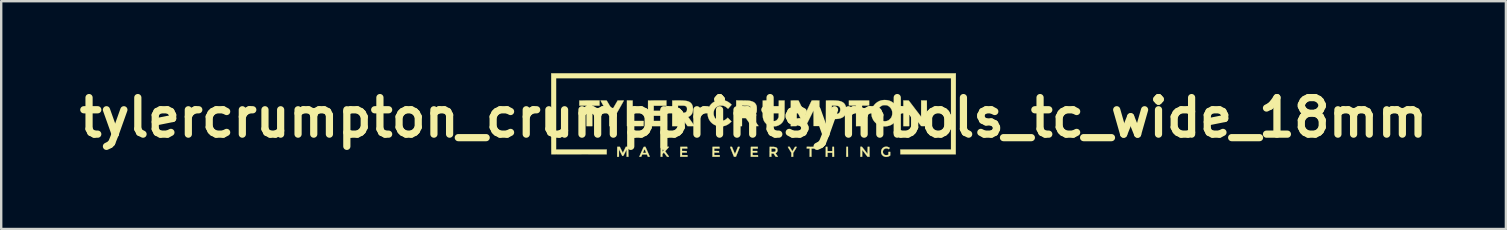
<source format=kicad_pcb>
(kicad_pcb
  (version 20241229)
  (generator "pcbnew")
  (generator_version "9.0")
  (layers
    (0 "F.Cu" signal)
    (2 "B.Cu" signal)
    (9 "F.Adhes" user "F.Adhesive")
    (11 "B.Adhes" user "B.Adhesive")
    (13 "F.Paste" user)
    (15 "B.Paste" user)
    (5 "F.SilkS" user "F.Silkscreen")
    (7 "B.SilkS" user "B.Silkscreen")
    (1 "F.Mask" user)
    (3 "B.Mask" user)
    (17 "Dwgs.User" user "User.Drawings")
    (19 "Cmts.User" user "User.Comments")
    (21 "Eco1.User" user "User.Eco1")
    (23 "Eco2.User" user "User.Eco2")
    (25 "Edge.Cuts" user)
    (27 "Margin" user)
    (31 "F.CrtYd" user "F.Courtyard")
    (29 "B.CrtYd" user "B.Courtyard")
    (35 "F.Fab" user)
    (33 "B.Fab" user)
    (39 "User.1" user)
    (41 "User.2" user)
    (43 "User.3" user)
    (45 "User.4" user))
  (footprint "tylercrumpton_crumpprintsymbols_tc_wide_18mm"
    (layer "F.Cu")
    (at 28.346 1.85)
    (property "Reference" "tylercrumpton_crumpprintsymbols_tc_wide_18mm" (at 0 0 0) (layer "F.SilkS") (effects (font (size 1.524 1.524) (thickness 0.3))))
    (attr through_hole)
    (fp_poly (pts (xy 3.935 1.425) (xy 3.937 1.631) (xy 3.863 1.631) (xy 3.865 1.425) (xy 3.867 1.22) (xy 3.934 1.22) (xy 3.935 1.425)) (stroke (width 0.01) (type solid)) (fill yes) (layer "F.SilkS"))
    (fp_poly (pts (xy 2.537 1.22) (xy 2.537 1.287) (xy 2.413 1.291) (xy 2.413 1.631) (xy 2.339 1.631) (xy 2.339 1.29) (xy 2.219 1.29) (xy 2.219 1.216) (xy 2.537 1.22)) (stroke (width 0.01) (type solid)) (fill yes) (layer "F.SilkS"))
    (fp_poly (pts (xy -6.417 -0.501) (xy -6.718 -0.501) (xy -6.718 0.354) (xy -6.958 0.354) (xy -6.958 -0.501) (xy -7.259 -0.501) (xy -7.258 -0.607) (xy -7.256 -0.712) (xy -6.836 -0.714) (xy -6.417 -0.715) (xy -6.417 -0.501)) (stroke (width 0.01) (type solid)) (fill yes) (layer "F.SilkS"))
    (fp_poly (pts (xy -5.155 -0.714) (xy -5.037 -0.712) (xy -5.035 -0.286) (xy -5.033 0.14) (xy -4.578 0.14) (xy -4.58 0.246) (xy -4.582 0.351) (xy -4.928 0.353) (xy -5.274 0.354) (xy -5.274 -0.716) (xy -5.155 -0.714)) (stroke (width 0.01) (type solid)) (fill yes) (layer "F.SilkS"))
    (fp_poly (pts (xy 4.816 -0.505) (xy 4.667 -0.503) (xy 4.519 -0.501) (xy 4.517 -0.075) (xy 4.515 0.351) (xy 4.393 0.353) (xy 4.271 0.355) (xy 4.271 -0.501) (xy 4.122 -0.503) (xy 3.974 -0.505) (xy 3.974 -0.712) (xy 4.816 -0.712) (xy 4.816 -0.505)) (stroke (width 0.01) (type solid)) (fill yes) (layer "F.SilkS"))
    (fp_poly (pts (xy -3.63 -0.495) (xy -4.158 -0.495) (xy -4.158 -0.281) (xy -3.683 -0.281) (xy -3.683 -0.074) (xy -4.158 -0.074) (xy -4.158 0.14) (xy -3.609 0.14) (xy -3.609 0.354) (xy -4.398 0.354) (xy -4.395 -0.712) (xy -4.012 -0.714) (xy -3.63 -0.715) (xy -3.63 -0.495)) (stroke (width 0.01) (type solid)) (fill yes) (layer "F.SilkS"))
    (fp_poly (pts (xy -2.76 1.29) (xy -2.981 1.29) (xy -2.981 1.39) (xy -2.784 1.394) (xy -2.782 1.425) (xy -2.78 1.457) (xy -2.981 1.457) (xy -2.981 1.564) (xy -2.754 1.564) (xy -2.754 1.631) (xy -3.055 1.631) (xy -3.053 1.425) (xy -3.051 1.22) (xy -2.764 1.22) (xy -2.76 1.29)) (stroke (width 0.01) (type solid)) (fill yes) (layer "F.SilkS"))
    (fp_poly (pts (xy 3.082 1.397) (xy 3.282 1.397) (xy 3.285 1.22) (xy 3.352 1.22) (xy 3.354 1.425) (xy 3.356 1.631) (xy 3.282 1.631) (xy 3.282 1.464) (xy 3.081 1.464) (xy 3.081 1.631) (xy 3.008 1.631) (xy 3.009 1.425) (xy 3.011 1.22) (xy 3.078 1.22) (xy 3.082 1.397)) (stroke (width 0.01) (type solid)) (fill yes) (layer "F.SilkS"))
    (fp_poly (pts (xy -1.418 1.255) (xy -1.416 1.29) (xy -1.638 1.29) (xy -1.638 1.39) (xy -1.44 1.394) (xy -1.438 1.425) (xy -1.436 1.457) (xy -1.638 1.457) (xy -1.638 1.564) (xy -1.41 1.564) (xy -1.41 1.631) (xy -1.711 1.631) (xy -1.71 1.425) (xy -1.708 1.22) (xy -1.42 1.22) (xy -1.418 1.255)) (stroke (width 0.01) (type solid)) (fill yes) (layer "F.SilkS"))
    (fp_poly (pts (xy 0.177 1.287) (xy 0.069 1.289) (xy -0.04 1.29) (xy -0.04 1.39) (xy 0.154 1.39) (xy 0.154 1.457) (xy -0.04 1.457) (xy -0.04 1.564) (xy 0.072 1.566) (xy 0.184 1.567) (xy 0.188 1.631) (xy -0.114 1.631) (xy -0.112 1.425) (xy -0.11 1.22) (xy 0.177 1.22) (xy 0.177 1.287)) (stroke (width 0.01) (type solid)) (fill yes) (layer "F.SilkS"))
    (fp_poly (pts (xy 4.634 1.365) (xy 4.749 1.514) (xy 4.752 1.367) (xy 4.756 1.22) (xy 4.829 1.22) (xy 4.831 1.425) (xy 4.833 1.631) (xy 4.749 1.63) (xy 4.639 1.488) (xy 4.529 1.345) (xy 4.527 1.488) (xy 4.525 1.631) (xy 4.452 1.631) (xy 4.452 1.217) (xy 4.518 1.217) (xy 4.634 1.365)) (stroke (width 0.01) (type solid)) (fill yes) (layer "F.SilkS"))
    (fp_poly (pts (xy 6.355 -0.714) (xy 6.466 -0.712) (xy 6.724 -0.374) (xy 6.982 -0.036) (xy 6.983 -0.376) (xy 6.985 -0.716) (xy 7.222 -0.712) (xy 7.226 0.355) (xy 7.104 0.353) (xy 6.982 0.351) (xy 6.735 0.025) (xy 6.487 -0.3) (xy 6.485 0.027) (xy 6.484 0.354) (xy 6.243 0.354) (xy 6.243 -0.716) (xy 6.355 -0.714)) (stroke (width 0.01) (type solid)) (fill yes) (layer "F.SilkS"))
    (fp_poly (pts (xy -5.217 1.22) (xy -5.215 1.425) (xy -5.213 1.631) (xy -5.287 1.631) (xy -5.288 1.479) (xy -5.288 1.327) (xy -5.356 1.46) (xy -5.378 1.504) (xy -5.395 1.537) (xy -5.408 1.56) (xy -5.418 1.577) (xy -5.426 1.587) (xy -5.433 1.593) (xy -5.439 1.595) (xy -5.446 1.596) (xy -5.467 1.598) (xy -5.537 1.459) (xy -5.607 1.32) (xy -5.608 1.476) (xy -5.608 1.631) (xy -5.682 1.631) (xy -5.68 1.425) (xy -5.678 1.22) (xy -5.571 1.22) (xy -5.446 1.474) (xy -5.383 1.345) (xy -5.321 1.216) (xy -5.217 1.22)) (stroke (width 0.01) (type solid)) (fill yes) (layer "F.SilkS"))
    (fp_poly (pts (xy 1.56 1.311) (xy 1.616 1.405) (xy 1.672 1.312) (xy 1.728 1.22) (xy 1.761 1.218) (xy 1.781 1.218) (xy 1.795 1.219) (xy 1.798 1.221) (xy 1.796 1.228) (xy 1.788 1.245) (xy 1.775 1.269) (xy 1.757 1.3) (xy 1.736 1.335) (xy 1.727 1.35) (xy 1.651 1.473) (xy 1.651 1.631) (xy 1.577 1.631) (xy 1.577 1.467) (xy 1.504 1.347) (xy 1.482 1.311) (xy 1.463 1.279) (xy 1.447 1.252) (xy 1.436 1.233) (xy 1.431 1.223) (xy 1.43 1.222) (xy 1.436 1.219) (xy 1.452 1.217) (xy 1.467 1.217) (xy 1.503 1.217) (xy 1.56 1.311)) (stroke (width 0.01) (type solid)) (fill yes) (layer "F.SilkS"))
    (fp_poly (pts (xy -3.795 1.317) (xy -3.793 1.418) (xy -3.7 1.317) (xy -3.607 1.217) (xy -3.565 1.217) (xy -3.543 1.217) (xy -3.528 1.219) (xy -3.523 1.221) (xy -3.527 1.227) (xy -3.539 1.241) (xy -3.556 1.261) (xy -3.577 1.285) (xy -3.581 1.289) (xy -3.606 1.315) (xy -3.629 1.341) (xy -3.648 1.362) (xy -3.661 1.377) (xy -3.683 1.402) (xy -3.603 1.513) (xy -3.579 1.546) (xy -3.557 1.576) (xy -3.54 1.601) (xy -3.528 1.618) (xy -3.523 1.627) (xy -3.523 1.627) (xy -3.529 1.629) (xy -3.544 1.631) (xy -3.562 1.631) (xy -3.602 1.631) (xy -3.667 1.546) (xy -3.689 1.517) (xy -3.709 1.491) (xy -3.724 1.472) (xy -3.733 1.46) (xy -3.735 1.457) (xy -3.74 1.46) (xy -3.752 1.471) (xy -3.767 1.487) (xy -3.797 1.52) (xy -3.797 1.631) (xy -3.87 1.631) (xy -3.869 1.425) (xy -3.867 1.22) (xy -3.797 1.216) (xy -3.795 1.317)) (stroke (width 0.01) (type solid)) (fill yes) (layer "F.SilkS"))
    (fp_poly (pts (xy -0.938 1.218) (xy -0.899 1.22) (xy -0.842 1.359) (xy -0.825 1.4) (xy -0.809 1.437) (xy -0.796 1.468) (xy -0.786 1.492) (xy -0.78 1.506) (xy -0.778 1.508) (xy -0.774 1.507) (xy -0.767 1.496) (xy -0.757 1.475) (xy -0.742 1.443) (xy -0.723 1.399) (xy -0.711 1.369) (xy -0.65 1.22) (xy -0.612 1.218) (xy -0.589 1.218) (xy -0.578 1.22) (xy -0.575 1.225) (xy -0.577 1.233) (xy -0.584 1.252) (xy -0.595 1.28) (xy -0.609 1.316) (xy -0.625 1.358) (xy -0.644 1.405) (xy -0.654 1.431) (xy -0.733 1.628) (xy -0.774 1.63) (xy -0.797 1.63) (xy -0.81 1.629) (xy -0.817 1.624) (xy -0.821 1.616) (xy -0.825 1.606) (xy -0.834 1.586) (xy -0.845 1.556) (xy -0.86 1.519) (xy -0.877 1.476) (xy -0.896 1.43) (xy -0.902 1.415) (xy -0.92 1.368) (xy -0.937 1.325) (xy -0.952 1.288) (xy -0.964 1.257) (xy -0.972 1.236) (xy -0.976 1.224) (xy -0.976 1.223) (xy -0.97 1.219) (xy -0.952 1.218) (xy -0.938 1.218)) (stroke (width 0.01) (type solid)) (fill yes) (layer "F.SilkS"))
    (fp_poly (pts (xy 8.425 1.527) (xy 6.119 1.527) (xy 6.118 1.429) (xy 6.116 1.33) (xy 8.228 1.33) (xy 8.228 -1.644) (xy -8.228 -1.644) (xy -8.228 1.33) (xy -6.116 1.33) (xy -6.118 1.429) (xy -6.119 1.527) (xy -7.27 1.529) (xy -7.393 1.529) (xy -7.512 1.529) (xy -7.627 1.529) (xy -7.737 1.529) (xy -7.842 1.529) (xy -7.94 1.529) (xy -8.031 1.529) (xy -8.114 1.529) (xy -8.189 1.529) (xy -8.255 1.528) (xy -8.311 1.528) (xy -8.357 1.528) (xy -8.391 1.527) (xy -8.414 1.527) (xy -8.424 1.526) (xy -8.424 1.526) (xy -8.425 1.519) (xy -8.425 1.499) (xy -8.425 1.467) (xy -8.426 1.424) (xy -8.426 1.369) (xy -8.427 1.304) (xy -8.427 1.228) (xy -8.427 1.144) (xy -8.427 1.05) (xy -8.428 0.948) (xy -8.428 0.839) (xy -8.428 0.722) (xy -8.428 0.599) (xy -8.428 0.469) (xy -8.429 0.335) (xy -8.429 0.195) (xy -8.429 0.051) (xy -8.429 -0.097) (xy -8.429 -0.162) (xy -8.429 -1.845) (xy 8.429 -1.845) (xy 8.425 1.527)) (stroke (width 0.01) (type solid)) (fill yes) (layer "F.SilkS"))
    (fp_poly (pts (xy -4.536 1.218) (xy -4.503 1.22) (xy -4.414 1.42) (xy -4.393 1.469) (xy -4.373 1.513) (xy -4.356 1.552) (xy -4.342 1.585) (xy -4.332 1.609) (xy -4.326 1.623) (xy -4.325 1.626) (xy -4.331 1.629) (xy -4.346 1.63) (xy -4.362 1.631) (xy -4.399 1.631) (xy -4.42 1.584) (xy -4.44 1.537) (xy -4.64 1.537) (xy -4.661 1.584) (xy -4.682 1.631) (xy -4.759 1.631) (xy -4.736 1.579) (xy -4.714 1.527) (xy -4.691 1.475) (xy -4.689 1.471) (xy -4.611 1.471) (xy -4.541 1.471) (xy -4.508 1.47) (xy -4.487 1.469) (xy -4.476 1.466) (xy -4.473 1.463) (xy -4.474 1.462) (xy -4.486 1.433) (xy -4.499 1.402) (xy -4.513 1.374) (xy -4.525 1.349) (xy -4.535 1.33) (xy -4.542 1.319) (xy -4.544 1.318) (xy -4.548 1.327) (xy -4.556 1.346) (xy -4.567 1.371) (xy -4.579 1.399) (xy -4.611 1.471) (xy -4.689 1.471) (xy -4.668 1.424) (xy -4.647 1.375) (xy -4.627 1.331) (xy -4.61 1.293) (xy -4.595 1.261) (xy -4.584 1.239) (xy -4.578 1.226) (xy -4.577 1.225) (xy -4.565 1.219) (xy -4.541 1.218) (xy -4.536 1.218)) (stroke (width 0.01) (type solid)) (fill yes) (layer "F.SilkS"))
    (fp_poly (pts (xy 5.592 1.221) (xy 5.642 1.241) (xy 5.674 1.261) (xy 5.672 1.266) (xy 5.664 1.279) (xy 5.655 1.294) (xy 5.645 1.308) (xy 5.638 1.316) (xy 5.637 1.317) (xy 5.63 1.313) (xy 5.618 1.304) (xy 5.615 1.303) (xy 5.596 1.293) (xy 5.57 1.287) (xy 5.549 1.285) (xy 5.521 1.284) (xy 5.501 1.286) (xy 5.483 1.291) (xy 5.465 1.3) (xy 5.431 1.323) (xy 5.408 1.353) (xy 5.393 1.387) (xy 5.388 1.425) (xy 5.392 1.462) (xy 5.406 1.497) (xy 5.429 1.528) (xy 5.461 1.551) (xy 5.462 1.551) (xy 5.488 1.56) (xy 5.522 1.564) (xy 5.558 1.563) (xy 5.589 1.558) (xy 5.598 1.554) (xy 5.621 1.545) (xy 5.621 1.43) (xy 5.695 1.43) (xy 5.695 1.576) (xy 5.671 1.594) (xy 5.634 1.615) (xy 5.59 1.629) (xy 5.543 1.636) (xy 5.496 1.635) (xy 5.464 1.628) (xy 5.428 1.614) (xy 5.399 1.596) (xy 5.372 1.571) (xy 5.365 1.564) (xy 5.338 1.528) (xy 5.322 1.49) (xy 5.315 1.447) (xy 5.315 1.411) (xy 5.324 1.359) (xy 5.344 1.313) (xy 5.372 1.275) (xy 5.407 1.246) (xy 5.448 1.225) (xy 5.494 1.213) (xy 5.543 1.211) (xy 5.592 1.221)) (stroke (width 0.01) (type solid)) (fill yes) (layer "F.SilkS"))
    (fp_poly (pts (xy 0.811 1.218) (xy 0.869 1.224) (xy 0.916 1.234) (xy 0.952 1.249) (xy 0.976 1.269) (xy 0.978 1.273) (xy 0.986 1.29) (xy 0.994 1.313) (xy 0.997 1.326) (xy 1 1.37) (xy 0.99 1.411) (xy 0.968 1.446) (xy 0.935 1.475) (xy 0.927 1.481) (xy 0.923 1.485) (xy 0.923 1.491) (xy 0.928 1.502) (xy 0.939 1.52) (xy 0.957 1.546) (xy 0.961 1.551) (xy 0.979 1.577) (xy 0.995 1.599) (xy 1.007 1.615) (xy 1.012 1.623) (xy 1.011 1.627) (xy 1.002 1.63) (xy 0.982 1.631) (xy 0.971 1.631) (xy 0.926 1.63) (xy 0.879 1.564) (xy 0.833 1.497) (xy 0.742 1.497) (xy 0.742 1.631) (xy 0.668 1.631) (xy 0.67 1.425) (xy 0.671 1.29) (xy 0.742 1.29) (xy 0.742 1.43) (xy 0.794 1.43) (xy 0.823 1.429) (xy 0.851 1.427) (xy 0.872 1.424) (xy 0.872 1.424) (xy 0.898 1.414) (xy 0.914 1.397) (xy 0.921 1.372) (xy 0.922 1.353) (xy 0.921 1.331) (xy 0.917 1.317) (xy 0.908 1.307) (xy 0.905 1.304) (xy 0.895 1.298) (xy 0.884 1.294) (xy 0.867 1.291) (xy 0.843 1.29) (xy 0.815 1.29) (xy 0.742 1.29) (xy 0.671 1.29) (xy 0.672 1.22) (xy 0.742 1.218) (xy 0.811 1.218)) (stroke (width 0.01) (type solid)) (fill yes) (layer "F.SilkS"))
    (fp_poly (pts (xy 1.829 -0.714) (xy 1.849 -0.714) (xy 1.862 -0.712) (xy 1.871 -0.71) (xy 1.876 -0.707) (xy 1.879 -0.702) (xy 1.881 -0.7) (xy 1.885 -0.691) (xy 1.895 -0.671) (xy 1.909 -0.642) (xy 1.927 -0.604) (xy 1.949 -0.56) (xy 1.972 -0.509) (xy 1.998 -0.455) (xy 2.019 -0.409) (xy 2.046 -0.353) (xy 2.07 -0.301) (xy 2.093 -0.253) (xy 2.112 -0.212) (xy 2.128 -0.179) (xy 2.14 -0.154) (xy 2.147 -0.139) (xy 2.149 -0.135) (xy 2.152 -0.142) (xy 2.16 -0.159) (xy 2.173 -0.185) (xy 2.19 -0.221) (xy 2.21 -0.263) (xy 2.233 -0.312) (xy 2.258 -0.366) (xy 2.283 -0.418) (xy 2.31 -0.475) (xy 2.335 -0.529) (xy 2.358 -0.578) (xy 2.379 -0.621) (xy 2.396 -0.656) (xy 2.409 -0.683) (xy 2.418 -0.701) (xy 2.421 -0.707) (xy 2.427 -0.71) (xy 2.439 -0.712) (xy 2.459 -0.713) (xy 2.488 -0.714) (xy 2.528 -0.714) (xy 2.58 -0.714) (xy 2.586 -0.714) (xy 2.744 -0.712) (xy 2.744 0.351) (xy 2.503 0.351) (xy 2.501 0.027) (xy 2.499 -0.297) (xy 2.22 0.267) (xy 2.075 0.267) (xy 1.938 -0.011) (xy 1.801 -0.29) (xy 1.795 0.351) (xy 1.551 0.355) (xy 1.552 -0.179) (xy 1.554 -0.712) (xy 1.713 -0.714) (xy 1.763 -0.714) (xy 1.801 -0.714) (xy 1.829 -0.714)) (stroke (width 0.01) (type solid)) (fill yes) (layer "F.SilkS"))
    (fp_poly (pts (xy 3.369 -0.713) (xy 3.439 -0.71) (xy 3.5 -0.705) (xy 3.553 -0.698) (xy 3.599 -0.688) (xy 3.64 -0.677) (xy 3.676 -0.662) (xy 3.687 -0.657) (xy 3.741 -0.624) (xy 3.784 -0.582) (xy 3.819 -0.53) (xy 3.843 -0.47) (xy 3.858 -0.401) (xy 3.862 -0.325) (xy 3.862 -0.298) (xy 3.854 -0.225) (xy 3.838 -0.162) (xy 3.814 -0.108) (xy 3.78 -0.063) (xy 3.736 -0.025) (xy 3.688 0.003) (xy 3.639 0.024) (xy 3.585 0.039) (xy 3.525 0.05) (xy 3.457 0.057) (xy 3.378 0.06) (xy 3.354 0.06) (xy 3.262 0.06) (xy 3.26 0.206) (xy 3.259 0.351) (xy 3.137 0.353) (xy 3.014 0.355) (xy 3.016 -0.152) (xy 3.262 -0.152) (xy 3.384 -0.155) (xy 3.428 -0.156) (xy 3.46 -0.157) (xy 3.484 -0.158) (xy 3.502 -0.161) (xy 3.516 -0.164) (xy 3.528 -0.168) (xy 3.539 -0.174) (xy 3.562 -0.188) (xy 3.577 -0.204) (xy 3.591 -0.228) (xy 3.606 -0.267) (xy 3.614 -0.309) (xy 3.614 -0.352) (xy 3.608 -0.392) (xy 3.595 -0.427) (xy 3.578 -0.449) (xy 3.559 -0.465) (xy 3.539 -0.478) (xy 3.515 -0.487) (xy 3.486 -0.493) (xy 3.449 -0.497) (xy 3.402 -0.499) (xy 3.377 -0.5) (xy 3.262 -0.503) (xy 3.262 -0.152) (xy 3.016 -0.152) (xy 3.018 -0.712) (xy 3.195 -0.714) (xy 3.288 -0.714) (xy 3.369 -0.713)) (stroke (width 0.01) (type solid)) (fill yes) (layer "F.SilkS"))
    (fp_poly (pts (xy -5.495 -0.715) (xy -5.46 -0.714) (xy -5.432 -0.713) (xy -5.413 -0.712) (xy -5.405 -0.71) (xy -5.405 -0.71) (xy -5.408 -0.704) (xy -5.417 -0.687) (xy -5.431 -0.66) (xy -5.45 -0.625) (xy -5.474 -0.583) (xy -5.501 -0.534) (xy -5.531 -0.481) (xy -5.564 -0.423) (xy -5.585 -0.385) (xy -5.768 -0.065) (xy -5.768 0.354) (xy -6.009 0.354) (xy -6.009 0.145) (xy -6.009 -0.064) (xy -6.192 -0.384) (xy -6.227 -0.444) (xy -6.258 -0.501) (xy -6.288 -0.553) (xy -6.314 -0.599) (xy -6.335 -0.639) (xy -6.353 -0.671) (xy -6.365 -0.694) (xy -6.372 -0.707) (xy -6.372 -0.71) (xy -6.365 -0.712) (xy -6.346 -0.713) (xy -6.319 -0.714) (xy -6.284 -0.715) (xy -6.247 -0.715) (xy -6.203 -0.715) (xy -6.171 -0.715) (xy -6.148 -0.714) (xy -6.132 -0.712) (xy -6.123 -0.709) (xy -6.117 -0.706) (xy -6.115 -0.704) (xy -6.109 -0.695) (xy -6.097 -0.676) (xy -6.081 -0.649) (xy -6.061 -0.615) (xy -6.037 -0.575) (xy -6.012 -0.531) (xy -5.999 -0.51) (xy -5.973 -0.465) (xy -5.949 -0.424) (xy -5.928 -0.389) (xy -5.911 -0.36) (xy -5.898 -0.34) (xy -5.891 -0.329) (xy -5.89 -0.328) (xy -5.885 -0.333) (xy -5.875 -0.349) (xy -5.86 -0.374) (xy -5.84 -0.406) (xy -5.818 -0.444) (xy -5.792 -0.488) (xy -5.773 -0.521) (xy -5.66 -0.715) (xy -5.534 -0.715) (xy -5.495 -0.715)) (stroke (width 0.01) (type solid)) (fill yes) (layer "F.SilkS"))
    (fp_poly (pts (xy 0.622 -0.41) (xy 0.622 -0.345) (xy 0.622 -0.283) (xy 0.623 -0.225) (xy 0.624 -0.173) (xy 0.625 -0.128) (xy 0.626 -0.093) (xy 0.628 -0.067) (xy 0.629 -0.057) (xy 0.641 -0.004) (xy 0.663 0.044) (xy 0.692 0.085) (xy 0.727 0.116) (xy 0.767 0.137) (xy 0.806 0.145) (xy 0.85 0.146) (xy 0.893 0.141) (xy 0.913 0.136) (xy 0.947 0.118) (xy 0.979 0.091) (xy 1.008 0.057) (xy 1.029 0.019) (xy 1.03 0.017) (xy 1.046 -0.023) (xy 1.053 -0.712) (xy 1.293 -0.712) (xy 1.293 -0.368) (xy 1.293 -0.284) (xy 1.293 -0.213) (xy 1.293 -0.153) (xy 1.292 -0.102) (xy 1.29 -0.059) (xy 1.288 -0.024) (xy 1.285 0.006) (xy 1.281 0.031) (xy 1.276 0.053) (xy 1.27 0.073) (xy 1.262 0.093) (xy 1.253 0.113) (xy 1.242 0.135) (xy 1.242 0.136) (xy 1.206 0.193) (xy 1.159 0.245) (xy 1.103 0.289) (xy 1.041 0.324) (xy 0.973 0.349) (xy 0.966 0.351) (xy 0.929 0.358) (xy 0.885 0.362) (xy 0.838 0.364) (xy 0.793 0.364) (xy 0.759 0.361) (xy 0.688 0.344) (xy 0.621 0.316) (xy 0.559 0.279) (xy 0.506 0.235) (xy 0.462 0.183) (xy 0.458 0.177) (xy 0.433 0.132) (xy 0.412 0.079) (xy 0.395 0.022) (xy 0.388 -0.017) (xy 0.386 -0.04) (xy 0.384 -0.077) (xy 0.383 -0.126) (xy 0.382 -0.189) (xy 0.382 -0.265) (xy 0.382 -0.354) (xy 0.382 -0.391) (xy 0.384 -0.712) (xy 0.503 -0.714) (xy 0.622 -0.716) (xy 0.622 -0.41)) (stroke (width 0.01) (type solid)) (fill yes) (layer "F.SilkS"))
    (fp_poly (pts (xy -3.012 -0.713) (xy -2.937 -0.71) (xy -2.871 -0.705) (xy -2.814 -0.698) (xy -2.765 -0.688) (xy -2.723 -0.676) (xy -2.686 -0.661) (xy -2.655 -0.643) (xy -2.626 -0.622) (xy -2.614 -0.611) (xy -2.579 -0.571) (xy -2.553 -0.525) (xy -2.535 -0.471) (xy -2.526 -0.408) (xy -2.524 -0.358) (xy -2.528 -0.289) (xy -2.539 -0.229) (xy -2.557 -0.176) (xy -2.561 -0.169) (xy -2.583 -0.134) (xy -2.613 -0.099) (xy -2.648 -0.068) (xy -2.68 -0.048) (xy -2.7 -0.037) (xy -2.715 -0.028) (xy -2.72 -0.024) (xy -2.72 -0.024) (xy -2.717 -0.019) (xy -2.706 -0.003) (xy -2.69 0.02) (xy -2.668 0.051) (xy -2.642 0.087) (xy -2.613 0.128) (xy -2.59 0.161) (xy -2.559 0.204) (xy -2.531 0.245) (xy -2.506 0.28) (xy -2.486 0.31) (xy -2.471 0.332) (xy -2.462 0.346) (xy -2.46 0.349) (xy -2.466 0.351) (xy -2.484 0.352) (xy -2.511 0.353) (xy -2.546 0.354) (xy -2.587 0.354) (xy -2.606 0.354) (xy -2.751 0.354) (xy -2.868 0.187) (xy -2.984 0.02) (xy -3.148 0.02) (xy -3.148 0.354) (xy -3.389 0.354) (xy -3.386 -0.501) (xy -3.148 -0.501) (xy -3.148 -0.192) (xy -3.016 -0.195) (xy -2.963 -0.197) (xy -2.92 -0.2) (xy -2.887 -0.203) (xy -2.865 -0.206) (xy -2.861 -0.207) (xy -2.825 -0.225) (xy -2.799 -0.249) (xy -2.782 -0.28) (xy -2.773 -0.321) (xy -2.771 -0.358) (xy -2.774 -0.399) (xy -2.782 -0.429) (xy -2.797 -0.453) (xy -2.82 -0.472) (xy -2.837 -0.482) (xy -2.859 -0.49) (xy -2.885 -0.495) (xy -2.92 -0.499) (xy -2.963 -0.501) (xy -3.018 -0.501) (xy -3.028 -0.501) (xy -3.148 -0.501) (xy -3.386 -0.501) (xy -3.386 -0.712) (xy -3.198 -0.714) (xy -3.099 -0.714) (xy -3.012 -0.713)) (stroke (width 0.01) (type solid)) (fill yes) (layer "F.SilkS"))
    (fp_poly (pts (xy -1.297 -0.732) (xy -1.212 -0.718) (xy -1.132 -0.692) (xy -1.056 -0.654) (xy -0.986 -0.603) (xy -0.958 -0.579) (xy -0.913 -0.537) (xy -0.986 -0.454) (xy -1.01 -0.426) (xy -1.031 -0.402) (xy -1.048 -0.383) (xy -1.058 -0.371) (xy -1.061 -0.368) (xy -1.066 -0.371) (xy -1.079 -0.381) (xy -1.095 -0.397) (xy -1.098 -0.399) (xy -1.148 -0.441) (xy -1.2 -0.472) (xy -1.246 -0.489) (xy -1.27 -0.496) (xy -1.293 -0.5) (xy -1.32 -0.501) (xy -1.354 -0.5) (xy -1.363 -0.5) (xy -1.397 -0.498) (xy -1.422 -0.496) (xy -1.442 -0.491) (xy -1.462 -0.484) (xy -1.485 -0.473) (xy -1.543 -0.439) (xy -1.589 -0.398) (xy -1.625 -0.348) (xy -1.649 -0.292) (xy -1.662 -0.228) (xy -1.664 -0.185) (xy -1.659 -0.116) (xy -1.642 -0.054) (xy -1.615 0.001) (xy -1.578 0.049) (xy -1.531 0.087) (xy -1.505 0.103) (xy -1.446 0.127) (xy -1.384 0.138) (xy -1.321 0.137) (xy -1.259 0.125) (xy -1.199 0.101) (xy -1.143 0.065) (xy -1.117 0.043) (xy -1.075 0.004) (xy -0.919 0.16) (xy -0.946 0.188) (xy -1.013 0.248) (xy -1.085 0.296) (xy -1.162 0.332) (xy -1.243 0.355) (xy -1.328 0.366) (xy -1.415 0.364) (xy -1.465 0.357) (xy -1.549 0.336) (xy -1.626 0.303) (xy -1.696 0.261) (xy -1.757 0.209) (xy -1.809 0.15) (xy -1.851 0.083) (xy -1.884 0.009) (xy -1.905 -0.07) (xy -1.914 -0.153) (xy -1.912 -0.24) (xy -1.911 -0.243) (xy -1.907 -0.278) (xy -1.9 -0.314) (xy -1.893 -0.344) (xy -1.891 -0.353) (xy -1.861 -0.427) (xy -1.82 -0.496) (xy -1.769 -0.559) (xy -1.709 -0.614) (xy -1.642 -0.66) (xy -1.608 -0.678) (xy -1.556 -0.701) (xy -1.507 -0.717) (xy -1.457 -0.727) (xy -1.4 -0.732) (xy -1.387 -0.733) (xy -1.297 -0.732)) (stroke (width 0.01) (type solid)) (fill yes) (layer "F.SilkS"))
    (fp_poly (pts (xy -0.46 -0.713) (xy -0.391 -0.712) (xy -0.334 -0.711) (xy -0.288 -0.71) (xy -0.25 -0.709) (xy -0.219 -0.707) (xy -0.194 -0.705) (xy -0.174 -0.703) (xy -0.155 -0.7) (xy -0.138 -0.697) (xy -0.137 -0.696) (xy -0.072 -0.679) (xy -0.019 -0.659) (xy 0.025 -0.634) (xy 0.06 -0.604) (xy 0.088 -0.567) (xy 0.092 -0.561) (xy 0.109 -0.531) (xy 0.121 -0.503) (xy 0.129 -0.474) (xy 0.134 -0.44) (xy 0.136 -0.398) (xy 0.137 -0.351) (xy 0.136 -0.31) (xy 0.135 -0.279) (xy 0.133 -0.255) (xy 0.129 -0.236) (xy 0.124 -0.218) (xy 0.121 -0.211) (xy 0.093 -0.152) (xy 0.056 -0.102) (xy 0.01 -0.062) (xy -0.025 -0.041) (xy -0.042 -0.032) (xy -0.052 -0.025) (xy -0.053 -0.023) (xy -0.05 -0.017) (xy -0.039 -0.001) (xy -0.023 0.023) (xy -0.001 0.054) (xy 0.025 0.091) (xy 0.054 0.132) (xy 0.077 0.165) (xy 0.108 0.208) (xy 0.136 0.248) (xy 0.161 0.284) (xy 0.181 0.313) (xy 0.196 0.335) (xy 0.205 0.348) (xy 0.207 0.352) (xy 0.201 0.352) (xy 0.183 0.353) (xy 0.156 0.353) (xy 0.121 0.353) (xy 0.08 0.353) (xy 0.059 0.353) (xy -0.089 0.351) (xy -0.318 0.021) (xy -0.399 0.02) (xy -0.481 0.02) (xy -0.481 0.354) (xy -0.722 0.354) (xy -0.722 -0.194) (xy -0.481 -0.194) (xy -0.376 -0.194) (xy -0.336 -0.194) (xy -0.297 -0.196) (xy -0.263 -0.198) (xy -0.238 -0.2) (xy -0.23 -0.201) (xy -0.191 -0.211) (xy -0.161 -0.224) (xy -0.14 -0.242) (xy -0.124 -0.267) (xy -0.123 -0.269) (xy -0.114 -0.294) (xy -0.109 -0.32) (xy -0.107 -0.353) (xy -0.107 -0.355) (xy -0.11 -0.399) (xy -0.12 -0.433) (xy -0.138 -0.459) (xy -0.165 -0.478) (xy -0.17 -0.481) (xy -0.182 -0.487) (xy -0.194 -0.491) (xy -0.207 -0.494) (xy -0.224 -0.496) (xy -0.247 -0.498) (xy -0.278 -0.499) (xy -0.319 -0.5) (xy -0.343 -0.5) (xy -0.481 -0.503) (xy -0.481 -0.194) (xy -0.722 -0.194) (xy -0.722 -0.717) (xy -0.46 -0.713)) (stroke (width 0.01) (type solid)) (fill yes) (layer "F.SilkS"))
    (fp_poly (pts (xy 5.528 -0.732) (xy 5.611 -0.72) (xy 5.689 -0.695) (xy 5.762 -0.659) (xy 5.831 -0.61) (xy 5.838 -0.604) (xy 5.899 -0.544) (xy 5.949 -0.477) (xy 5.988 -0.402) (xy 6.01 -0.338) (xy 6.017 -0.314) (xy 6.021 -0.291) (xy 6.024 -0.267) (xy 6.025 -0.237) (xy 6.026 -0.198) (xy 6.026 -0.184) (xy 6.024 -0.13) (xy 6.021 -0.086) (xy 6.015 -0.049) (xy 6.005 -0.013) (xy 5.991 0.024) (xy 5.983 0.044) (xy 5.945 0.112) (xy 5.897 0.175) (xy 5.839 0.232) (xy 5.775 0.28) (xy 5.713 0.314) (xy 5.654 0.337) (xy 5.588 0.353) (xy 5.517 0.363) (xy 5.448 0.365) (xy 5.388 0.361) (xy 5.304 0.343) (xy 5.226 0.313) (xy 5.154 0.272) (xy 5.089 0.222) (xy 5.032 0.162) (xy 4.985 0.095) (xy 4.949 0.019) (xy 4.939 -0.007) (xy 4.93 -0.035) (xy 4.923 -0.06) (xy 4.919 -0.085) (xy 4.917 -0.114) (xy 4.915 -0.152) (xy 4.914 -0.161) (xy 4.914 -0.198) (xy 5.16 -0.198) (xy 5.162 -0.137) (xy 5.175 -0.077) (xy 5.198 -0.02) (xy 5.231 0.033) (xy 5.256 0.061) (xy 5.306 0.102) (xy 5.36 0.132) (xy 5.418 0.149) (xy 5.479 0.153) (xy 5.54 0.144) (xy 5.544 0.143) (xy 5.573 0.134) (xy 5.602 0.122) (xy 5.616 0.116) (xy 5.645 0.096) (xy 5.676 0.068) (xy 5.706 0.036) (xy 5.731 0.004) (xy 5.744 -0.018) (xy 5.766 -0.074) (xy 5.779 -0.137) (xy 5.781 -0.202) (xy 5.775 -0.261) (xy 5.758 -0.318) (xy 5.73 -0.372) (xy 5.693 -0.421) (xy 5.649 -0.463) (xy 5.6 -0.494) (xy 5.598 -0.495) (xy 5.578 -0.505) (xy 5.561 -0.511) (xy 5.545 -0.515) (xy 5.525 -0.517) (xy 5.499 -0.518) (xy 5.471 -0.518) (xy 5.437 -0.518) (xy 5.412 -0.517) (xy 5.393 -0.515) (xy 5.377 -0.51) (xy 5.36 -0.503) (xy 5.344 -0.495) (xy 5.291 -0.462) (xy 5.247 -0.42) (xy 5.211 -0.371) (xy 5.185 -0.317) (xy 5.167 -0.258) (xy 5.16 -0.198) (xy 4.914 -0.198) (xy 4.914 -0.227) (xy 4.919 -0.285) (xy 4.929 -0.337) (xy 4.946 -0.388) (xy 4.949 -0.395) (xy 4.985 -0.467) (xy 5.032 -0.533) (xy 5.089 -0.592) (xy 5.154 -0.643) (xy 5.225 -0.683) (xy 5.228 -0.684) (xy 5.281 -0.706) (xy 5.332 -0.72) (xy 5.388 -0.729) (xy 5.439 -0.733) (xy 5.528 -0.732)) (stroke (width 0.01) (type solid)) (fill yes) (layer "F.SilkS")))
  (gr_rect
    (start -3 -3)
    (end 59.693 6.491)
    (stroke (width 0.1) (type default))
    (fill no)
    (layer "Edge.Cuts")))
</source>
